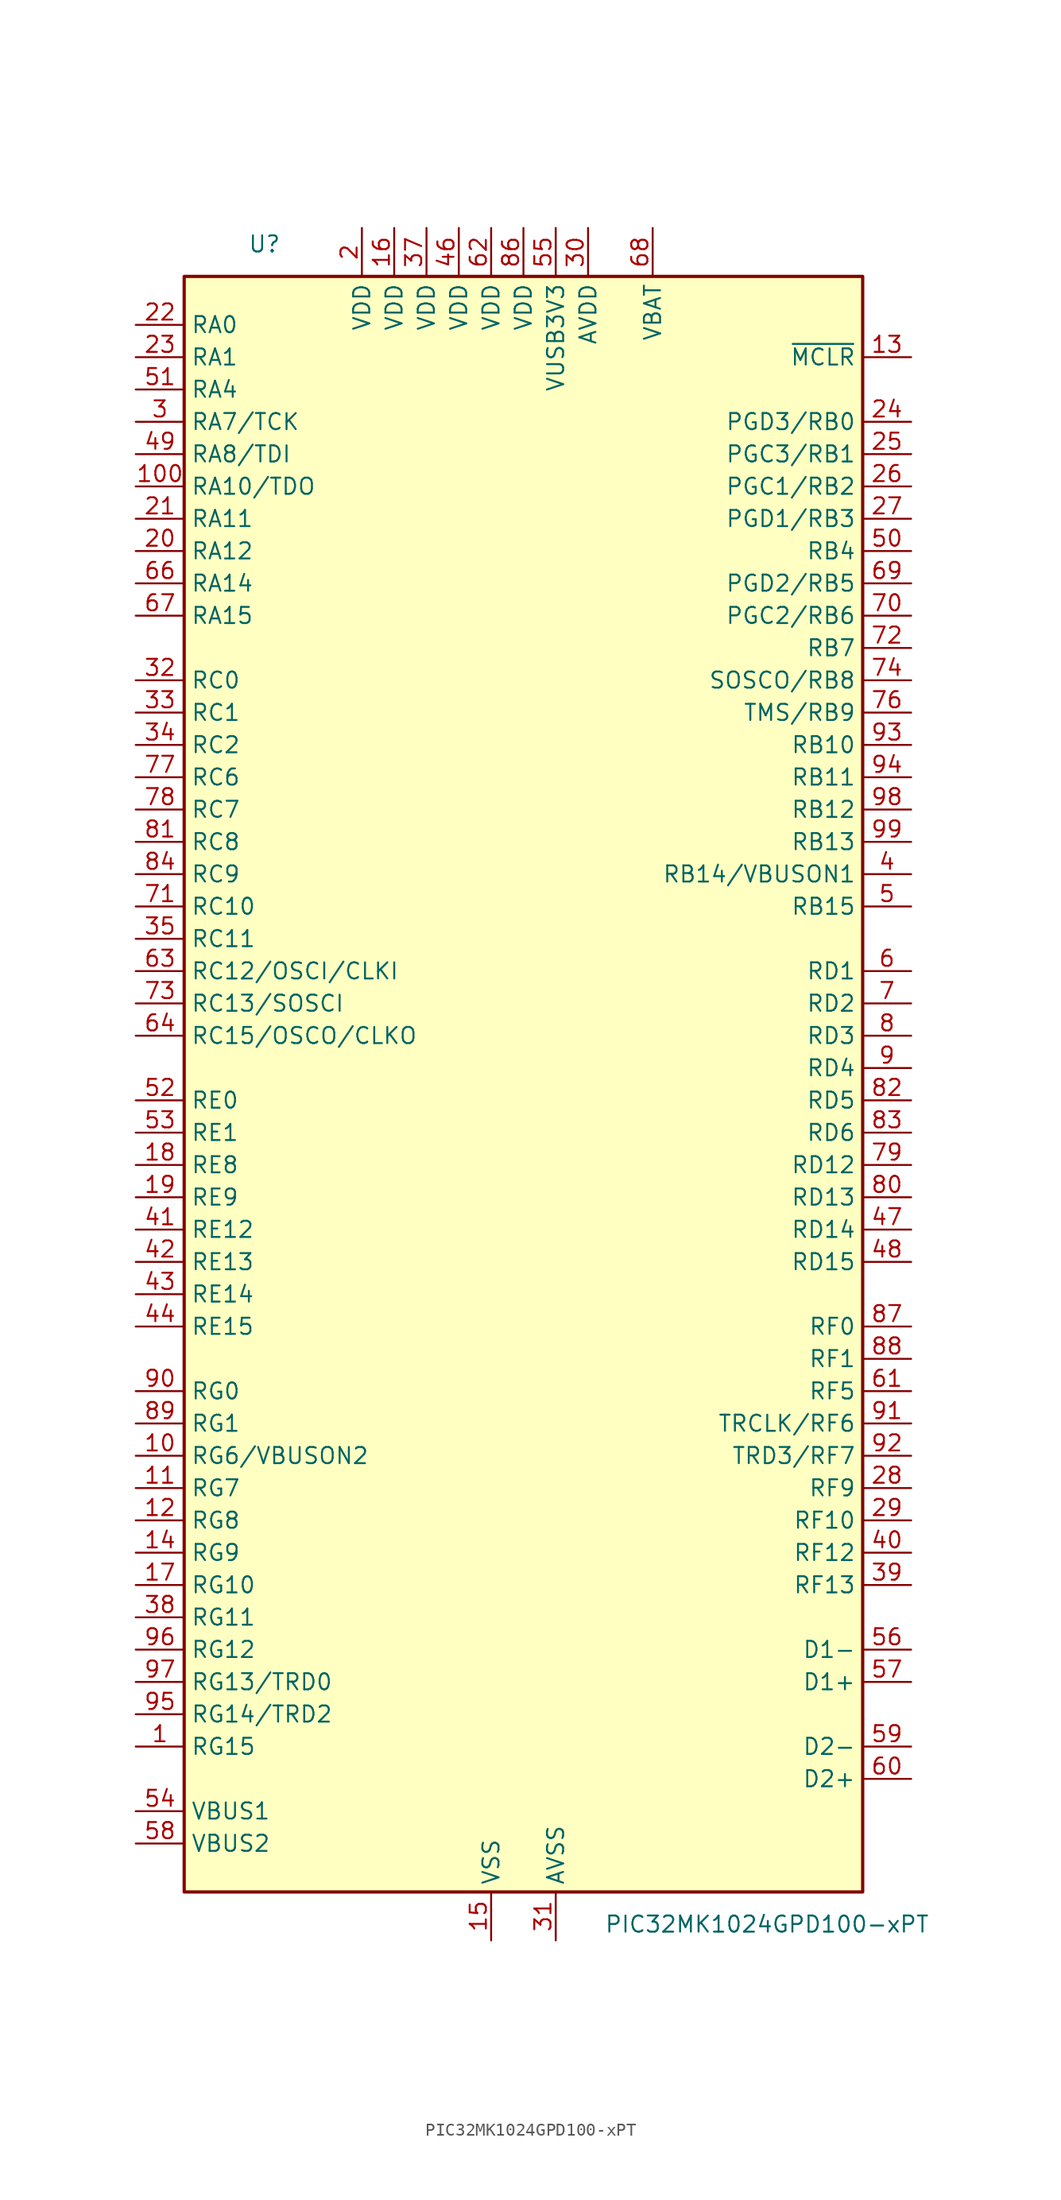
<source format=kicad_sym>
(kicad_symbol_lib
  (version 20201005)
  (generator kicad_symbol_editor)
  (symbol "PIC32MK1024GPD100-xPT"
    (property "Reference" "U"
      (at -19.05 64.77 0)
      (effects (font (size 1.27 1.27)) (justify right)))
    (property "Value" "PIC32MK1024GPD100-xPT"
      (at 6.35 -67.31 0)
      (effects (font (size 1.27 1.27)) (justify left)))
    (symbol "PIC32MK1024GPD100-xPT_0_1"
      (rectangle (start -26.67 62.23) (end 26.67 -64.77) (stroke (width 0.254)) (fill (type background))))
    (symbol "PIC32MK1024GPD100-xPT_1_1"
      (pin bidirectional line (at -30.48 -53.34 0) (length 3.81) (name "RG15" (effects (font (size 1.27 1.27)))) (number "1" (effects (font (size 1.27 1.27)))))
      (pin bidirectional line (at -30.48 -30.48 0) (length 3.81) (name "RG6/VBUSON2" (effects (font (size 1.27 1.27)))) (number "10" (effects (font (size 1.27 1.27)))))
      (pin bidirectional line (at -30.48 45.72 0) (length 3.81) (name "RA10/TDO" (effects (font (size 1.27 1.27)))) (number "100" (effects (font (size 1.27 1.27)))))
      (pin bidirectional line (at -30.48 -33.02 0) (length 3.81) (name "RG7" (effects (font (size 1.27 1.27)))) (number "11" (effects (font (size 1.27 1.27)))))
      (pin bidirectional line (at -30.48 -35.56 0) (length 3.81) (name "RG8" (effects (font (size 1.27 1.27)))) (number "12" (effects (font (size 1.27 1.27)))))
      (pin input line (at 30.48 55.88 180) (length 3.81) (name "~MCLR~" (effects (font (size 1.27 1.27)))) (number "13" (effects (font (size 1.27 1.27)))))
      (pin bidirectional line (at -30.48 -38.1 0) (length 3.81) (name "RG9" (effects (font (size 1.27 1.27)))) (number "14" (effects (font (size 1.27 1.27)))))
      (pin power_in line (at -2.54 -68.58 90) (length 3.81) (name "VSS" (effects (font (size 1.27 1.27)))) (number "15" (effects (font (size 1.27 1.27)))))
      (pin power_in line (at -10.16 66.04 270) (length 3.81) (name "VDD" (effects (font (size 1.27 1.27)))) (number "16" (effects (font (size 1.27 1.27)))))
      (pin bidirectional line (at -30.48 -40.64 0) (length 3.81) (name "RG10" (effects (font (size 1.27 1.27)))) (number "17" (effects (font (size 1.27 1.27)))))
      (pin bidirectional line (at -30.48 -7.62 0) (length 3.81) (name "RE8" (effects (font (size 1.27 1.27)))) (number "18" (effects (font (size 1.27 1.27)))))
      (pin bidirectional line (at -30.48 -10.16 0) (length 3.81) (name "RE9" (effects (font (size 1.27 1.27)))) (number "19" (effects (font (size 1.27 1.27)))))
      (pin power_in line (at -12.7 66.04 270) (length 3.81) (name "VDD" (effects (font (size 1.27 1.27)))) (number "2" (effects (font (size 1.27 1.27)))))
      (pin bidirectional line (at -30.48 40.64 0) (length 3.81) (name "RA12" (effects (font (size 1.27 1.27)))) (number "20" (effects (font (size 1.27 1.27)))))
      (pin bidirectional line (at -30.48 43.18 0) (length 3.81) (name "RA11" (effects (font (size 1.27 1.27)))) (number "21" (effects (font (size 1.27 1.27)))))
      (pin bidirectional line (at -30.48 58.42 0) (length 3.81) (name "RA0" (effects (font (size 1.27 1.27)))) (number "22" (effects (font (size 1.27 1.27)))))
      (pin bidirectional line (at -30.48 55.88 0) (length 3.81) (name "RA1" (effects (font (size 1.27 1.27)))) (number "23" (effects (font (size 1.27 1.27)))))
      (pin bidirectional line (at 30.48 50.8 180) (length 3.81) (name "PGD3/RB0" (effects (font (size 1.27 1.27)))) (number "24" (effects (font (size 1.27 1.27)))))
      (pin bidirectional line (at 30.48 48.26 180) (length 3.81) (name "PGC3/RB1" (effects (font (size 1.27 1.27)))) (number "25" (effects (font (size 1.27 1.27)))))
      (pin bidirectional line (at 30.48 45.72 180) (length 3.81) (name "PGC1/RB2" (effects (font (size 1.27 1.27)))) (number "26" (effects (font (size 1.27 1.27)))))
      (pin bidirectional line (at 30.48 43.18 180) (length 3.81) (name "PGD1/RB3" (effects (font (size 1.27 1.27)))) (number "27" (effects (font (size 1.27 1.27)))))
      (pin bidirectional line (at 30.48 -33.02 180) (length 3.81) (name "RF9" (effects (font (size 1.27 1.27)))) (number "28" (effects (font (size 1.27 1.27)))))
      (pin bidirectional line (at 30.48 -35.56 180) (length 3.81) (name "RF10" (effects (font (size 1.27 1.27)))) (number "29" (effects (font (size 1.27 1.27)))))
      (pin bidirectional line (at -30.48 50.8 0) (length 3.81) (name "RA7/TCK" (effects (font (size 1.27 1.27)))) (number "3" (effects (font (size 1.27 1.27)))))
      (pin power_in line (at 5.08 66.04 270) (length 3.81) (name "AVDD" (effects (font (size 1.27 1.27)))) (number "30" (effects (font (size 1.27 1.27)))))
      (pin power_in line (at 2.54 -68.58 90) (length 3.81) (name "AVSS" (effects (font (size 1.27 1.27)))) (number "31" (effects (font (size 1.27 1.27)))))
      (pin bidirectional line (at -30.48 30.48 0) (length 3.81) (name "RC0" (effects (font (size 1.27 1.27)))) (number "32" (effects (font (size 1.27 1.27)))))
      (pin bidirectional line (at -30.48 27.94 0) (length 3.81) (name "RC1" (effects (font (size 1.27 1.27)))) (number "33" (effects (font (size 1.27 1.27)))))
      (pin bidirectional line (at -30.48 25.4 0) (length 3.81) (name "RC2" (effects (font (size 1.27 1.27)))) (number "34" (effects (font (size 1.27 1.27)))))
      (pin bidirectional line (at -30.48 10.16 0) (length 3.81) (name "RC11" (effects (font (size 1.27 1.27)))) (number "35" (effects (font (size 1.27 1.27)))))
      (pin passive line (at -2.54 -68.58 90) (length 3.81) hide (name "VSS" (effects (font (size 1.27 1.27)))) (number "36" (effects (font (size 1.27 1.27)))))
      (pin power_in line (at -7.62 66.04 270) (length 3.81) (name "VDD" (effects (font (size 1.27 1.27)))) (number "37" (effects (font (size 1.27 1.27)))))
      (pin bidirectional line (at -30.48 -43.18 0) (length 3.81) (name "RG11" (effects (font (size 1.27 1.27)))) (number "38" (effects (font (size 1.27 1.27)))))
      (pin bidirectional line (at 30.48 -40.64 180) (length 3.81) (name "RF13" (effects (font (size 1.27 1.27)))) (number "39" (effects (font (size 1.27 1.27)))))
      (pin bidirectional line (at 30.48 15.24 180) (length 3.81) (name "RB14/VBUSON1" (effects (font (size 1.27 1.27)))) (number "4" (effects (font (size 1.27 1.27)))))
      (pin bidirectional line (at 30.48 -38.1 180) (length 3.81) (name "RF12" (effects (font (size 1.27 1.27)))) (number "40" (effects (font (size 1.27 1.27)))))
      (pin bidirectional line (at -30.48 -12.7 0) (length 3.81) (name "RE12" (effects (font (size 1.27 1.27)))) (number "41" (effects (font (size 1.27 1.27)))))
      (pin bidirectional line (at -30.48 -15.24 0) (length 3.81) (name "RE13" (effects (font (size 1.27 1.27)))) (number "42" (effects (font (size 1.27 1.27)))))
      (pin bidirectional line (at -30.48 -17.78 0) (length 3.81) (name "RE14" (effects (font (size 1.27 1.27)))) (number "43" (effects (font (size 1.27 1.27)))))
      (pin bidirectional line (at -30.48 -20.32 0) (length 3.81) (name "RE15" (effects (font (size 1.27 1.27)))) (number "44" (effects (font (size 1.27 1.27)))))
      (pin passive line (at -2.54 -68.58 90) (length 3.81) hide (name "VSS" (effects (font (size 1.27 1.27)))) (number "45" (effects (font (size 1.27 1.27)))))
      (pin power_in line (at -5.08 66.04 270) (length 3.81) (name "VDD" (effects (font (size 1.27 1.27)))) (number "46" (effects (font (size 1.27 1.27)))))
      (pin bidirectional line (at 30.48 -12.7 180) (length 3.81) (name "RD14" (effects (font (size 1.27 1.27)))) (number "47" (effects (font (size 1.27 1.27)))))
      (pin bidirectional line (at 30.48 -15.24 180) (length 3.81) (name "RD15" (effects (font (size 1.27 1.27)))) (number "48" (effects (font (size 1.27 1.27)))))
      (pin bidirectional line (at -30.48 48.26 0) (length 3.81) (name "RA8/TDI" (effects (font (size 1.27 1.27)))) (number "49" (effects (font (size 1.27 1.27)))))
      (pin bidirectional line (at 30.48 12.7 180) (length 3.81) (name "RB15" (effects (font (size 1.27 1.27)))) (number "5" (effects (font (size 1.27 1.27)))))
      (pin bidirectional line (at 30.48 40.64 180) (length 3.81) (name "RB4" (effects (font (size 1.27 1.27)))) (number "50" (effects (font (size 1.27 1.27)))))
      (pin bidirectional line (at -30.48 53.34 0) (length 3.81) (name "RA4" (effects (font (size 1.27 1.27)))) (number "51" (effects (font (size 1.27 1.27)))))
      (pin bidirectional line (at -30.48 -2.54 0) (length 3.81) (name "RE0" (effects (font (size 1.27 1.27)))) (number "52" (effects (font (size 1.27 1.27)))))
      (pin bidirectional line (at -30.48 -5.08 0) (length 3.81) (name "RE1" (effects (font (size 1.27 1.27)))) (number "53" (effects (font (size 1.27 1.27)))))
      (pin input line (at -30.48 -58.42 0) (length 3.81) (name "VBUS1" (effects (font (size 1.27 1.27)))) (number "54" (effects (font (size 1.27 1.27)))))
      (pin power_in line (at 2.54 66.04 270) (length 3.81) (name "VUSB3V3" (effects (font (size 1.27 1.27)))) (number "55" (effects (font (size 1.27 1.27)))))
      (pin bidirectional line (at 30.48 -45.72 180) (length 3.81) (name "D1-" (effects (font (size 1.27 1.27)))) (number "56" (effects (font (size 1.27 1.27)))))
      (pin bidirectional line (at 30.48 -48.26 180) (length 3.81) (name "D1+" (effects (font (size 1.27 1.27)))) (number "57" (effects (font (size 1.27 1.27)))))
      (pin input line (at -30.48 -60.96 0) (length 3.81) (name "VBUS2" (effects (font (size 1.27 1.27)))) (number "58" (effects (font (size 1.27 1.27)))))
      (pin bidirectional line (at 30.48 -53.34 180) (length 3.81) (name "D2-" (effects (font (size 1.27 1.27)))) (number "59" (effects (font (size 1.27 1.27)))))
      (pin bidirectional line (at 30.48 7.62 180) (length 3.81) (name "RD1" (effects (font (size 1.27 1.27)))) (number "6" (effects (font (size 1.27 1.27)))))
      (pin bidirectional line (at 30.48 -55.88 180) (length 3.81) (name "D2+" (effects (font (size 1.27 1.27)))) (number "60" (effects (font (size 1.27 1.27)))))
      (pin bidirectional line (at 30.48 -25.4 180) (length 3.81) (name "RF5" (effects (font (size 1.27 1.27)))) (number "61" (effects (font (size 1.27 1.27)))))
      (pin power_in line (at -2.54 66.04 270) (length 3.81) (name "VDD" (effects (font (size 1.27 1.27)))) (number "62" (effects (font (size 1.27 1.27)))))
      (pin bidirectional line (at -30.48 7.62 0) (length 3.81) (name "RC12/OSCI/CLKI" (effects (font (size 1.27 1.27)))) (number "63" (effects (font (size 1.27 1.27)))))
      (pin bidirectional line (at -30.48 2.54 0) (length 3.81) (name "RC15/OSCO/CLKO" (effects (font (size 1.27 1.27)))) (number "64" (effects (font (size 1.27 1.27)))))
      (pin passive line (at -2.54 -68.58 90) (length 3.81) hide (name "VSS" (effects (font (size 1.27 1.27)))) (number "65" (effects (font (size 1.27 1.27)))))
      (pin bidirectional line (at -30.48 38.1 0) (length 3.81) (name "RA14" (effects (font (size 1.27 1.27)))) (number "66" (effects (font (size 1.27 1.27)))))
      (pin bidirectional line (at -30.48 35.56 0) (length 3.81) (name "RA15" (effects (font (size 1.27 1.27)))) (number "67" (effects (font (size 1.27 1.27)))))
      (pin power_in line (at 10.16 66.04 270) (length 3.81) (name "VBAT" (effects (font (size 1.27 1.27)))) (number "68" (effects (font (size 1.27 1.27)))))
      (pin bidirectional line (at 30.48 38.1 180) (length 3.81) (name "PGD2/RB5" (effects (font (size 1.27 1.27)))) (number "69" (effects (font (size 1.27 1.27)))))
      (pin bidirectional line (at 30.48 5.08 180) (length 3.81) (name "RD2" (effects (font (size 1.27 1.27)))) (number "7" (effects (font (size 1.27 1.27)))))
      (pin bidirectional line (at 30.48 35.56 180) (length 3.81) (name "PGC2/RB6" (effects (font (size 1.27 1.27)))) (number "70" (effects (font (size 1.27 1.27)))))
      (pin bidirectional line (at -30.48 12.7 0) (length 3.81) (name "RC10" (effects (font (size 1.27 1.27)))) (number "71" (effects (font (size 1.27 1.27)))))
      (pin bidirectional line (at 30.48 33.02 180) (length 3.81) (name "RB7" (effects (font (size 1.27 1.27)))) (number "72" (effects (font (size 1.27 1.27)))))
      (pin bidirectional line (at -30.48 5.08 0) (length 3.81) (name "RC13/SOSCI" (effects (font (size 1.27 1.27)))) (number "73" (effects (font (size 1.27 1.27)))))
      (pin bidirectional line (at 30.48 30.48 180) (length 3.81) (name "SOSCO/RB8" (effects (font (size 1.27 1.27)))) (number "74" (effects (font (size 1.27 1.27)))))
      (pin passive line (at -2.54 -68.58 90) (length 3.81) hide (name "VSS" (effects (font (size 1.27 1.27)))) (number "75" (effects (font (size 1.27 1.27)))))
      (pin bidirectional line (at 30.48 27.94 180) (length 3.81) (name "TMS/RB9" (effects (font (size 1.27 1.27)))) (number "76" (effects (font (size 1.27 1.27)))))
      (pin bidirectional line (at -30.48 22.86 0) (length 3.81) (name "RC6" (effects (font (size 1.27 1.27)))) (number "77" (effects (font (size 1.27 1.27)))))
      (pin bidirectional line (at -30.48 20.32 0) (length 3.81) (name "RC7" (effects (font (size 1.27 1.27)))) (number "78" (effects (font (size 1.27 1.27)))))
      (pin bidirectional line (at 30.48 -7.62 180) (length 3.81) (name "RD12" (effects (font (size 1.27 1.27)))) (number "79" (effects (font (size 1.27 1.27)))))
      (pin bidirectional line (at 30.48 2.54 180) (length 3.81) (name "RD3" (effects (font (size 1.27 1.27)))) (number "8" (effects (font (size 1.27 1.27)))))
      (pin bidirectional line (at 30.48 -10.16 180) (length 3.81) (name "RD13" (effects (font (size 1.27 1.27)))) (number "80" (effects (font (size 1.27 1.27)))))
      (pin bidirectional line (at -30.48 17.78 0) (length 3.81) (name "RC8" (effects (font (size 1.27 1.27)))) (number "81" (effects (font (size 1.27 1.27)))))
      (pin bidirectional line (at 30.48 -2.54 180) (length 3.81) (name "RD5" (effects (font (size 1.27 1.27)))) (number "82" (effects (font (size 1.27 1.27)))))
      (pin bidirectional line (at 30.48 -5.08 180) (length 3.81) (name "RD6" (effects (font (size 1.27 1.27)))) (number "83" (effects (font (size 1.27 1.27)))))
      (pin bidirectional line (at -30.48 15.24 0) (length 3.81) (name "RC9" (effects (font (size 1.27 1.27)))) (number "84" (effects (font (size 1.27 1.27)))))
      (pin passive line (at -2.54 -68.58 90) (length 3.81) hide (name "VSS" (effects (font (size 1.27 1.27)))) (number "85" (effects (font (size 1.27 1.27)))))
      (pin power_in line (at 0 66.04 270) (length 3.81) (name "VDD" (effects (font (size 1.27 1.27)))) (number "86" (effects (font (size 1.27 1.27)))))
      (pin bidirectional line (at 30.48 -20.32 180) (length 3.81) (name "RF0" (effects (font (size 1.27 1.27)))) (number "87" (effects (font (size 1.27 1.27)))))
      (pin bidirectional line (at 30.48 -22.86 180) (length 3.81) (name "RF1" (effects (font (size 1.27 1.27)))) (number "88" (effects (font (size 1.27 1.27)))))
      (pin bidirectional line (at -30.48 -27.94 0) (length 3.81) (name "RG1" (effects (font (size 1.27 1.27)))) (number "89" (effects (font (size 1.27 1.27)))))
      (pin bidirectional line (at 30.48 0 180) (length 3.81) (name "RD4" (effects (font (size 1.27 1.27)))) (number "9" (effects (font (size 1.27 1.27)))))
      (pin bidirectional line (at -30.48 -25.4 0) (length 3.81) (name "RG0" (effects (font (size 1.27 1.27)))) (number "90" (effects (font (size 1.27 1.27)))))
      (pin bidirectional line (at 30.48 -27.94 180) (length 3.81) (name "TRCLK/RF6" (effects (font (size 1.27 1.27)))) (number "91" (effects (font (size 1.27 1.27)))))
      (pin bidirectional line (at 30.48 -30.48 180) (length 3.81) (name "TRD3/RF7" (effects (font (size 1.27 1.27)))) (number "92" (effects (font (size 1.27 1.27)))))
      (pin bidirectional line (at 30.48 25.4 180) (length 3.81) (name "RB10" (effects (font (size 1.27 1.27)))) (number "93" (effects (font (size 1.27 1.27)))))
      (pin bidirectional line (at 30.48 22.86 180) (length 3.81) (name "RB11" (effects (font (size 1.27 1.27)))) (number "94" (effects (font (size 1.27 1.27)))))
      (pin bidirectional line (at -30.48 -50.8 0) (length 3.81) (name "RG14/TRD2" (effects (font (size 1.27 1.27)))) (number "95" (effects (font (size 1.27 1.27)))))
      (pin bidirectional line (at -30.48 -45.72 0) (length 3.81) (name "RG12" (effects (font (size 1.27 1.27)))) (number "96" (effects (font (size 1.27 1.27)))))
      (pin bidirectional line (at -30.48 -48.26 0) (length 3.81) (name "RG13/TRD0" (effects (font (size 1.27 1.27)))) (number "97" (effects (font (size 1.27 1.27)))))
      (pin bidirectional line (at 30.48 20.32 180) (length 3.81) (name "RB12" (effects (font (size 1.27 1.27)))) (number "98" (effects (font (size 1.27 1.27)))))
      (pin bidirectional line (at 30.48 17.78 180) (length 3.81) (name "RB13" (effects (font (size 1.27 1.27)))) (number "99" (effects (font (size 1.27 1.27))))))))
</source>
